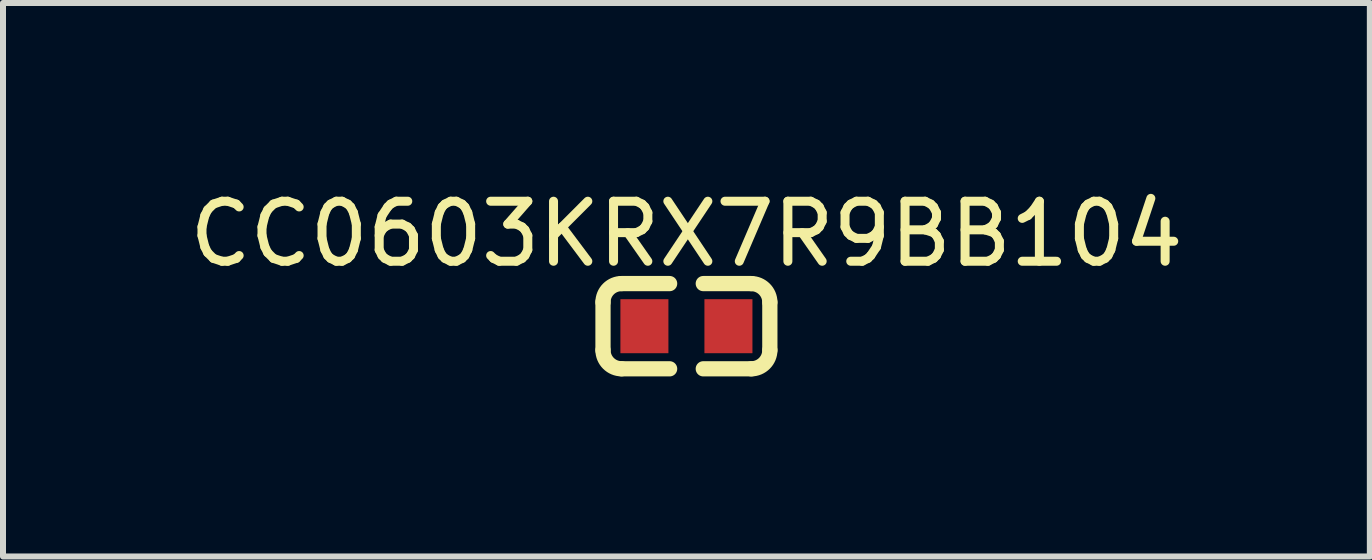
<source format=kicad_pcb>
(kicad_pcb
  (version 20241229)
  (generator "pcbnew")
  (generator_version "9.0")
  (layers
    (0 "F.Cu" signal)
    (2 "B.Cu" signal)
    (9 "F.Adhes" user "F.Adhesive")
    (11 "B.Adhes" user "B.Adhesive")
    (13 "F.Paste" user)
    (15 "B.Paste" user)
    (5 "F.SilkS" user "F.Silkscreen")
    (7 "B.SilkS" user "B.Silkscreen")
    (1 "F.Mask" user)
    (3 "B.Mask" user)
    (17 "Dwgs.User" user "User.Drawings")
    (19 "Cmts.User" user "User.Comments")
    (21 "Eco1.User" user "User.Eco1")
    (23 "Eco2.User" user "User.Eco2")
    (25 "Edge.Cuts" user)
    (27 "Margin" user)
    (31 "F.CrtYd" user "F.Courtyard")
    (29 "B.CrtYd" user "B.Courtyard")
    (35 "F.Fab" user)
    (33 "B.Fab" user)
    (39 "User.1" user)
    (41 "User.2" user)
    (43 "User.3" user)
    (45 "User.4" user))
  (footprint "CC0603KRX7R9BB104"
    (layer "F.Cu")
    (at 8.387 2.385)
    (property "Reference" "CC0603KRX7R9BB104" (at 0 -1.537 0) (layer "F.SilkS") (effects (font (size 1 1) (thickness 0.15))))
    (fp_line (start -1.39 0.4) (end -1.39 -0.401) (stroke (width 0.254) (type default)) (layer "F.SilkS"))
    (fp_line (start -0.28 -0.71) (end -1.08 -0.71) (stroke (width 0.254) (type default)) (layer "F.SilkS"))
    (fp_line (start -0.28 0.71) (end -1.08 0.71) (stroke (width 0.254) (type default)) (layer "F.SilkS"))
    (fp_line (start 0.281 -0.71) (end 1.08 -0.71) (stroke (width 0.254) (type default)) (layer "F.SilkS"))
    (fp_line (start 0.281 0.71) (end 1.08 0.71) (stroke (width 0.254) (type default)) (layer "F.SilkS"))
    (fp_line (start 1.39 -0.4) (end 1.39 0.401) (stroke (width 0.254) (type default)) (layer "F.SilkS"))
    (fp_arc (start -1.39 -0.4) (mid -1.29938 -0.619527) (end -1.08 -0.71) (stroke (width 0.254) (type default)) (layer "F.SilkS"))
    (fp_arc (start -1.08 0.7095) (mid -1.299203 0.618703) (end -1.39 0.3995) (stroke (width 0.254) (type default)) (layer "F.SilkS"))
    (fp_arc (start 1.08 -0.7095) (mid 1.29885 -0.61885) (end 1.39 -0.4) (stroke (width 0.254) (type default)) (layer "F.SilkS"))
    (fp_arc (start 1.39 0.4) (mid 1.299203 0.619203) (end 1.08 0.71) (stroke (width 0.254) (type default)) (layer "F.SilkS"))
    (fp_poly (pts (xy -0.8 0.4) (xy -0.8 -0.4) (xy -0.5 -0.4) (xy -0.5 0.4)) (stroke (width 0.1) (type default)) (fill no) (layer "User.1"))
    (fp_poly (pts (xy 0.8 0.4) (xy 0.8 -0.4) (xy 0.5 -0.4) (xy 0.5 0.4)) (stroke (width 0.1) (type default)) (fill no) (layer "User.1"))
    (fp_line (start -0.8 -0.4) (end 0.8 -0.4) (stroke (width 0.051) (type default)) (layer "User.2"))
    (fp_line (start -0.8 0.4) (end -0.8 -0.4) (stroke (width 0.051) (type default)) (layer "User.2"))
    (fp_line (start 0.8 -0.4) (end 0.8 0.4) (stroke (width 0.051) (type default)) (layer "User.2"))
    (fp_line (start 0.8 0.4) (end -0.8 0.4) (stroke (width 0.051) (type default)) (layer "User.2"))
    (fp_poly (pts (xy -0.745 0.377) (xy -0.777 0.345) (xy -0.823 0.345) (xy -0.855 0.377) (xy -0.855 0.423) (xy -0.823 0.455) (xy -0.777 0.455) (xy -0.745 0.423)) (stroke (width 0.1) (type default)) (fill no) (layer "User.3"))
    (pad "1" smd rect (at -0.7 0) (size 0.8 0.9) (layers "F.Cu" "F.Mask" "F.Paste"))
    (pad "2" smd rect (at 0.7 0) (size 0.8 0.9) (layers "F.Cu" "F.Mask" "F.Paste")))
  (gr_rect
    (start -3 -3)
    (end 19.774 6.222)
    (stroke (width 0.1) (type default))
    (fill no)
    (layer "Edge.Cuts")))
</source>
